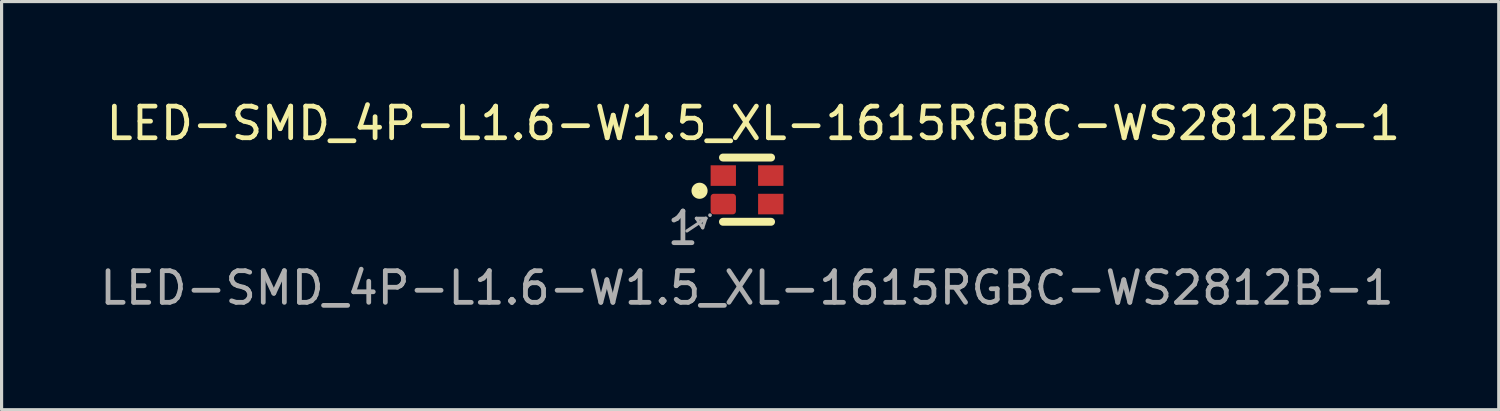
<source format=kicad_pcb>
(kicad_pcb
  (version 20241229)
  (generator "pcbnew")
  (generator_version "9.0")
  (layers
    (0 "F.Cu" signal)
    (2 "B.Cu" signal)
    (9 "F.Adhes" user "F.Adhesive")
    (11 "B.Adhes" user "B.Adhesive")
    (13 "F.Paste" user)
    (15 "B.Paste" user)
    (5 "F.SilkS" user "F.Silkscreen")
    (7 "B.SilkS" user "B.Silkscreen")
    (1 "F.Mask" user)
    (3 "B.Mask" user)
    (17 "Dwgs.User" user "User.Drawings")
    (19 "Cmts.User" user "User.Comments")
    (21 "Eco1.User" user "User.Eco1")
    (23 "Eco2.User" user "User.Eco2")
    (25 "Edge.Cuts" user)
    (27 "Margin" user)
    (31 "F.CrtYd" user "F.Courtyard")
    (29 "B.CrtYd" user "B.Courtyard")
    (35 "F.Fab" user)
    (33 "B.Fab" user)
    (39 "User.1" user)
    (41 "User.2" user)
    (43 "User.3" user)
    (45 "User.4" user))
  (footprint "LED-SMD_4P-L1.6-W1.5_XL-1615RGBC-WS2812B-1"
    (layer "F.Cu")
    (at 20.554 2.948)
    (property "Reference" "LED-SMD_4P-L1.6-W1.5_XL-1615RGBC-WS2812B-1" (at 0.2 -2.1 0) (layer "F.SilkS") (effects (font (size 1 1) (thickness 0.15))))
    (attr smd)
    (fp_line (start -0.76 1.01) (end 0.76 1.01) (stroke (width 0.25) (type solid)) (layer "F.SilkS"))
    (fp_line (start 0.76 -1.02) (end -0.76 -1.02) (stroke (width 0.25) (type solid)) (layer "F.SilkS"))
    (fp_circle (center -1.5 0.03) (end -1.37 0.03) (stroke (width 0.25) (type solid)) (fill no) (layer "F.SilkS"))
    (fp_line (start -1.9 1.3) (end -1.3 0.9) (stroke (width 0.1) (type default)) (layer "F.Fab"))
    (fp_line (start -1.6 0.9) (end -1.4 1.2) (stroke (width 0.1) (type default)) (layer "F.Fab"))
    (fp_line (start -1.4 1.2) (end -1.3 0.9) (stroke (width 0.1) (type default)) (layer "F.Fab"))
    (fp_line (start -1.3 0.9) (end -1.6 0.9) (stroke (width 0.1) (type default)) (layer "F.Fab"))
    (fp_circle (center -1.17 0.8) (end -1.14 0.8) (stroke (width 0.06) (type solid)) (fill no) (layer "F.Fab"))
    (fp_text user "${REFERENCE}" (at 0 3.1 0) (layer "F.Fab") (effects (font (size 1 1) (thickness 0.15))))
    (fp_text user "1" (at -2.6 1.8 0) (unlocked yes) (layer "F.Fab") (effects (font (size 1 1) (thickness 0.15)) (justify left bottom)))
    (pad "1" smd roundrect (at -0.75 0.45 180) (size 0.8 0.65) (layers "F.Cu" "F.Mask" "F.Paste") (roundrect_rratio 0.154))
    (pad "2" smd rect (at 0.75 0.45 180) (size 0.8 0.65) (layers "F.Cu" "F.Mask" "F.Paste"))
    (pad "3" smd rect (at 0.75 -0.45 180) (size 0.8 0.65) (layers "F.Cu" "F.Mask" "F.Paste"))
    (pad "4" smd rect (at -0.75 -0.45 180) (size 0.8 0.65) (layers "F.Cu" "F.Mask" "F.Paste")))
  (gr_rect
    (start -3 -3)
    (end 44.307 9.896)
    (stroke (width 0.1) (type default))
    (fill no)
    (layer "Edge.Cuts")))
</source>
